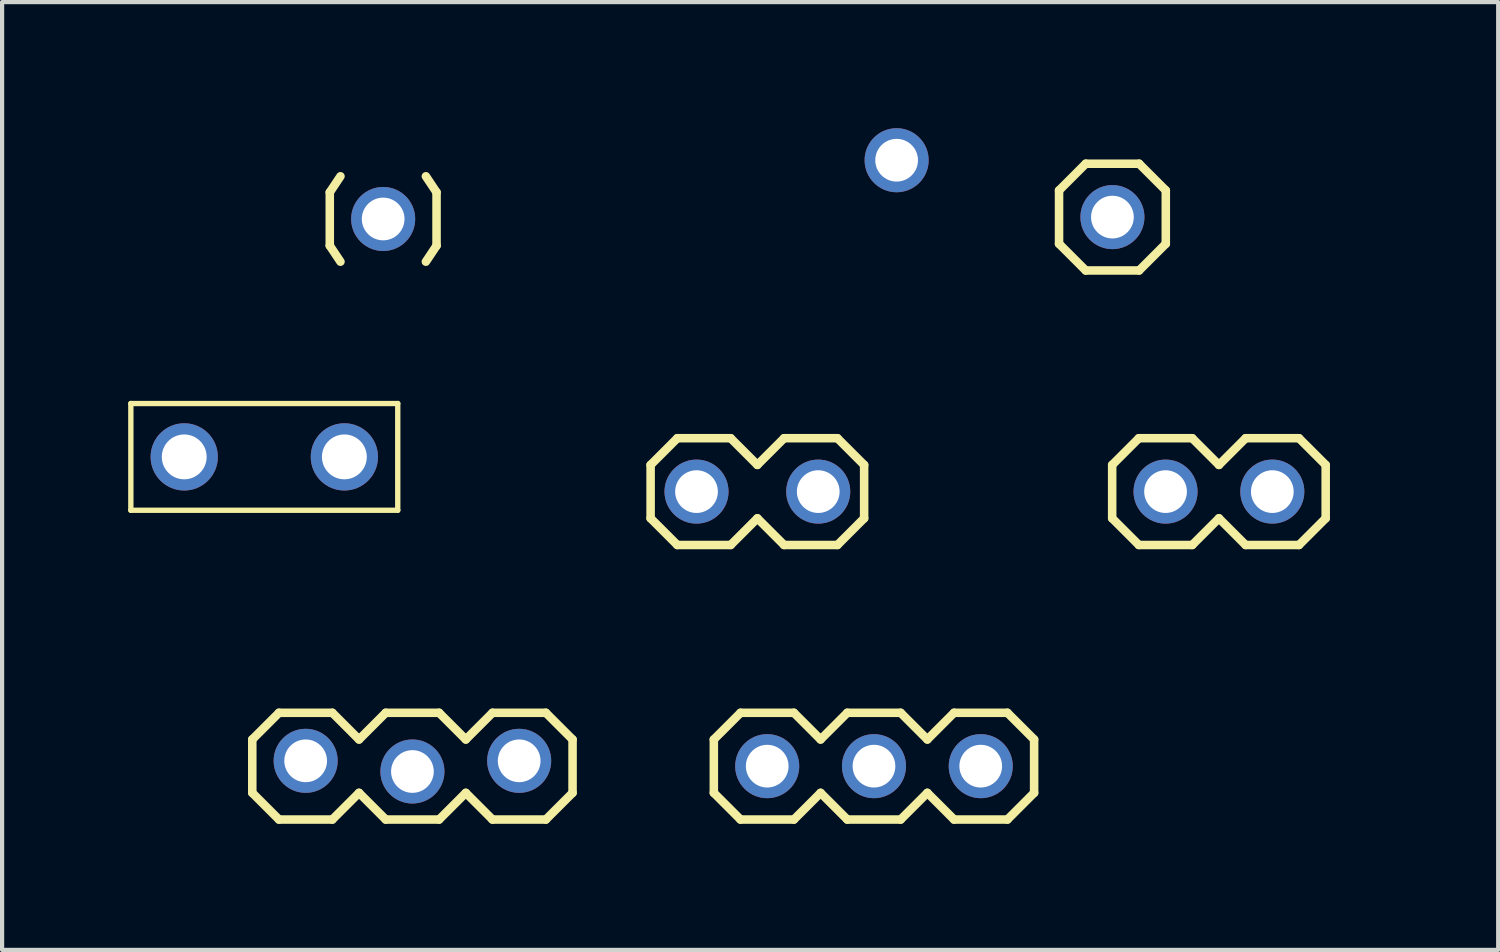
<source format=kicad_pcb>
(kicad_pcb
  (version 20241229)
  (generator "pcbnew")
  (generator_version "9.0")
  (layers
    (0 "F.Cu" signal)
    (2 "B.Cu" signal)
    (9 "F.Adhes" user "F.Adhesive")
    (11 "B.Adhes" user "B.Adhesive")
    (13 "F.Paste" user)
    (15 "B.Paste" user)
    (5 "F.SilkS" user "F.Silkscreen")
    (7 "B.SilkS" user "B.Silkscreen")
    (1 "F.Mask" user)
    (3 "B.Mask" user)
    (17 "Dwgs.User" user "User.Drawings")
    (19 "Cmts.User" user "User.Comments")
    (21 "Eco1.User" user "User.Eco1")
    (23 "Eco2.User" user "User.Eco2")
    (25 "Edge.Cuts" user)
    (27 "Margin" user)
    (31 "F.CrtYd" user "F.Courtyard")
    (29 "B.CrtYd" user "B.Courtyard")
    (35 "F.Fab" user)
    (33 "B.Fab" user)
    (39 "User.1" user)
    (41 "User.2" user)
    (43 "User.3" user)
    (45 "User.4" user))
  (footprint "1X02_BIG"
    (layer "F.Cu")
    (at 1.333 7.82)
    (property "Reference" "1X02_BIG" (at 0 0 0) (layer "Cmts.User") (effects (font (size 0.001 0.001) (thickness 0.000001))))
    (attr through_hole)
    (fp_line (start -1.27 -1.27) (end -1.27 1.27) (stroke (width 0.127) (type solid)) (layer "F.SilkS"))
    (fp_line (start -1.27 1.27) (end 5.08 1.27) (stroke (width 0.127) (type solid)) (layer "F.SilkS"))
    (fp_line (start 5.08 -1.27) (end -1.27 -1.27) (stroke (width 0.127) (type solid)) (layer "F.SilkS"))
    (fp_line (start 5.08 1.27) (end 5.08 -1.27) (stroke (width 0.127) (type solid)) (layer "F.SilkS"))
    (pad "P$1" thru_hole oval (at 0 0) (size 1.6 1.6) (drill 1.067) (layers "*.Cu" "*.Mask"))
    (pad "P$2" thru_hole oval (at 3.81 0) (size 1.6 1.6) (drill 1.067) (layers "*.Cu" "*.Mask")))
  (footprint "1X01NS"
    (layer "F.Cu")
    (at 18.282 0.762)
    (property "Reference" "1X01NS" (at 0 0 0) (layer "Cmts.User") (effects (font (size 0.001 0.001) (thickness 0.000001))))
    (attr through_hole)
    (pad "1" thru_hole oval (at 0 0 90) (size 1.524 1.524) (drill 1.016) (layers "*.Cu" "*.Mask")))
  (footprint "1X01"
    (layer "F.Cu")
    (at 23.416 2.115)
    (property "Reference" "1X01" (at 3.734 -1.194 0) (layer "Eco1.User") (effects (font (size 1.27 1.27) (thickness 0.102))))
    (attr through_hole)
    (fp_line (start -1.27 -0.635) (end -1.27 0.635) (stroke (width 0.203) (type solid)) (layer "F.SilkS"))
    (fp_line (start -1.27 0.635) (end -0.635 1.27) (stroke (width 0.203) (type solid)) (layer "F.SilkS"))
    (fp_line (start -0.635 -1.27) (end -1.27 -0.635) (stroke (width 0.203) (type solid)) (layer "F.SilkS"))
    (fp_line (start -0.635 1.27) (end 0.635 1.27) (stroke (width 0.203) (type solid)) (layer "F.SilkS"))
    (fp_line (start 0.635 -1.27) (end -0.635 -1.27) (stroke (width 0.203) (type solid)) (layer "F.SilkS"))
    (fp_line (start 0.635 1.27) (end 1.27 0.635) (stroke (width 0.203) (type solid)) (layer "F.SilkS"))
    (fp_line (start 1.27 -0.635) (end 0.635 -1.27) (stroke (width 0.203) (type solid)) (layer "F.SilkS"))
    (fp_line (start 1.27 0.635) (end 1.27 -0.635) (stroke (width 0.203) (type solid)) (layer "F.SilkS"))
    (pad "1" thru_hole oval (at 0 0 90) (size 1.524 1.524) (drill 1.016) (layers "*.Cu" "*.Mask")))
  (footprint "1X02"
    (layer "F.Cu")
    (at 24.68 8.646)
    (property "Reference" "1X02" (at 1.194 -1.194 0) (layer "Eco1.User") (effects (font (size 1.27 1.27) (thickness 0.127))))
    (attr through_hole)
    (fp_line (start -1.27 -0.635) (end -1.27 0.635) (stroke (width 0.203) (type solid)) (layer "F.SilkS"))
    (fp_line (start -1.27 0.635) (end -0.635 1.27) (stroke (width 0.203) (type solid)) (layer "F.SilkS"))
    (fp_line (start -0.635 -1.27) (end -1.27 -0.635) (stroke (width 0.203) (type solid)) (layer "F.SilkS"))
    (fp_line (start -0.635 -1.27) (end 0.635 -1.27) (stroke (width 0.203) (type solid)) (layer "F.SilkS"))
    (fp_line (start 0.635 -1.27) (end 1.27 -0.635) (stroke (width 0.203) (type solid)) (layer "F.SilkS"))
    (fp_line (start 0.635 1.27) (end -0.635 1.27) (stroke (width 0.203) (type solid)) (layer "F.SilkS"))
    (fp_line (start 1.27 -0.635) (end 1.905 -1.27) (stroke (width 0.203) (type solid)) (layer "F.SilkS"))
    (fp_line (start 1.27 0.635) (end 0.635 1.27) (stroke (width 0.203) (type solid)) (layer "F.SilkS"))
    (fp_line (start 1.905 -1.27) (end 3.175 -1.27) (stroke (width 0.203) (type solid)) (layer "F.SilkS"))
    (fp_line (start 1.905 1.27) (end 1.27 0.635) (stroke (width 0.203) (type solid)) (layer "F.SilkS"))
    (fp_line (start 3.175 -1.27) (end 3.81 -0.635) (stroke (width 0.203) (type solid)) (layer "F.SilkS"))
    (fp_line (start 3.175 1.27) (end 1.905 1.27) (stroke (width 0.203) (type solid)) (layer "F.SilkS"))
    (fp_line (start 3.81 -0.635) (end 3.81 0.635) (stroke (width 0.203) (type solid)) (layer "F.SilkS"))
    (fp_line (start 3.81 0.635) (end 3.175 1.27) (stroke (width 0.203) (type solid)) (layer "F.SilkS"))
    (pad "1" thru_hole oval (at 0 0 90) (size 1.524 1.524) (drill 1.016) (layers "*.Cu" "*.Mask"))
    (pad "2" thru_hole oval (at 2.54 0 90) (size 1.524 1.524) (drill 1.016) (layers "*.Cu" "*.Mask")))
  (footprint "1X03_LOCK"
    (layer "F.Cu")
    (at 4.222 15.178)
    (property "Reference" "1X03_LOCK" (at 1.194 -1.194 0) (layer "Eco1.User") (effects (font (size 1.27 1.27) (thickness 0.127))))
    (attr through_hole)
    (fp_line (start -1.27 -0.635) (end -1.27 0.635) (stroke (width 0.203) (type solid)) (layer "F.SilkS"))
    (fp_line (start -1.27 0.635) (end -0.635 1.27) (stroke (width 0.203) (type solid)) (layer "F.SilkS"))
    (fp_line (start -0.635 -1.27) (end -1.27 -0.635) (stroke (width 0.203) (type solid)) (layer "F.SilkS"))
    (fp_line (start -0.635 -1.27) (end 0.635 -1.27) (stroke (width 0.203) (type solid)) (layer "F.SilkS"))
    (fp_line (start 0.635 -1.27) (end 1.27 -0.635) (stroke (width 0.203) (type solid)) (layer "F.SilkS"))
    (fp_line (start 0.635 1.27) (end -0.635 1.27) (stroke (width 0.203) (type solid)) (layer "F.SilkS"))
    (fp_line (start 1.27 -0.635) (end 1.905 -1.27) (stroke (width 0.203) (type solid)) (layer "F.SilkS"))
    (fp_line (start 1.27 0.635) (end 0.635 1.27) (stroke (width 0.203) (type solid)) (layer "F.SilkS"))
    (fp_line (start 1.905 -1.27) (end 3.175 -1.27) (stroke (width 0.203) (type solid)) (layer "F.SilkS"))
    (fp_line (start 1.905 1.27) (end 1.27 0.635) (stroke (width 0.203) (type solid)) (layer "F.SilkS"))
    (fp_line (start 3.175 -1.27) (end 3.81 -0.635) (stroke (width 0.203) (type solid)) (layer "F.SilkS"))
    (fp_line (start 3.175 1.27) (end 1.905 1.27) (stroke (width 0.203) (type solid)) (layer "F.SilkS"))
    (fp_line (start 3.81 -0.635) (end 4.445 -1.27) (stroke (width 0.203) (type solid)) (layer "F.SilkS"))
    (fp_line (start 3.81 0.635) (end 3.175 1.27) (stroke (width 0.203) (type solid)) (layer "F.SilkS"))
    (fp_line (start 4.445 -1.27) (end 5.715 -1.27) (stroke (width 0.203) (type solid)) (layer "F.SilkS"))
    (fp_line (start 4.445 1.27) (end 3.81 0.635) (stroke (width 0.203) (type solid)) (layer "F.SilkS"))
    (fp_line (start 5.715 -1.27) (end 6.35 -0.635) (stroke (width 0.203) (type solid)) (layer "F.SilkS"))
    (fp_line (start 5.715 1.27) (end 4.445 1.27) (stroke (width 0.203) (type solid)) (layer "F.SilkS"))
    (fp_line (start 6.35 -0.635) (end 6.35 0.635) (stroke (width 0.203) (type solid)) (layer "F.SilkS"))
    (fp_line (start 6.35 0.635) (end 5.715 1.27) (stroke (width 0.203) (type solid)) (layer "F.SilkS"))
    (pad "1" thru_hole oval (at 0 -0.127 90) (size 1.524 1.524) (drill 1.016) (layers "*.Cu" "*.Mask"))
    (pad "2" thru_hole oval (at 2.54 0.127 90) (size 1.524 1.524) (drill 1.016) (layers "*.Cu" "*.Mask"))
    (pad "3" thru_hole oval (at 5.08 -0.127 90) (size 1.524 1.524) (drill 1.016) (layers "*.Cu" "*.Mask")))
  (footprint "1X02_LOCK"
    (layer "F.Cu")
    (at 13.699 8.646)
    (property "Reference" "1X02_LOCK" (at 1.194 -1.194 0) (layer "Eco1.User") (effects (font (size 1.27 1.27) (thickness 0.127))))
    (attr through_hole)
    (fp_line (start -1.27 -0.635) (end -1.27 0.635) (stroke (width 0.203) (type solid)) (layer "F.SilkS"))
    (fp_line (start -1.27 0.635) (end -0.635 1.27) (stroke (width 0.203) (type solid)) (layer "F.SilkS"))
    (fp_line (start -0.635 -1.27) (end -1.27 -0.635) (stroke (width 0.203) (type solid)) (layer "F.SilkS"))
    (fp_line (start -0.635 -1.27) (end 0.635 -1.27) (stroke (width 0.203) (type solid)) (layer "F.SilkS"))
    (fp_line (start 0.635 -1.27) (end 1.27 -0.635) (stroke (width 0.203) (type solid)) (layer "F.SilkS"))
    (fp_line (start 0.635 1.27) (end -0.635 1.27) (stroke (width 0.203) (type solid)) (layer "F.SilkS"))
    (fp_line (start 1.27 -0.635) (end 1.905 -1.27) (stroke (width 0.203) (type solid)) (layer "F.SilkS"))
    (fp_line (start 1.27 0.635) (end 0.635 1.27) (stroke (width 0.203) (type solid)) (layer "F.SilkS"))
    (fp_line (start 1.905 -1.27) (end 3.175 -1.27) (stroke (width 0.203) (type solid)) (layer "F.SilkS"))
    (fp_line (start 1.905 1.27) (end 1.27 0.635) (stroke (width 0.203) (type solid)) (layer "F.SilkS"))
    (fp_line (start 3.175 -1.27) (end 3.81 -0.635) (stroke (width 0.203) (type solid)) (layer "F.SilkS"))
    (fp_line (start 3.175 1.27) (end 1.905 1.27) (stroke (width 0.203) (type solid)) (layer "F.SilkS"))
    (fp_line (start 3.81 -0.635) (end 3.81 0.635) (stroke (width 0.203) (type solid)) (layer "F.SilkS"))
    (fp_line (start 3.81 0.635) (end 3.175 1.27) (stroke (width 0.203) (type solid)) (layer "F.SilkS"))
    (pad "1" thru_hole oval (at -0.178 0 90) (size 1.524 1.524) (drill 1.016) (layers "*.Cu" "*.Mask"))
    (pad "2" thru_hole oval (at 2.718 0 90) (size 1.524 1.524) (drill 1.016) (layers "*.Cu" "*.Mask")))
  (footprint "1X03"
    (layer "F.Cu")
    (at 15.203 15.178)
    (property "Reference" "1X03" (at 1.194 -1.194 0) (layer "Eco1.User") (effects (font (size 1.27 1.27) (thickness 0.127))))
    (attr through_hole)
    (fp_line (start -1.27 -0.635) (end -1.27 0.635) (stroke (width 0.203) (type solid)) (layer "F.SilkS"))
    (fp_line (start -1.27 0.635) (end -0.635 1.27) (stroke (width 0.203) (type solid)) (layer "F.SilkS"))
    (fp_line (start -0.635 -1.27) (end -1.27 -0.635) (stroke (width 0.203) (type solid)) (layer "F.SilkS"))
    (fp_line (start -0.635 -1.27) (end 0.635 -1.27) (stroke (width 0.203) (type solid)) (layer "F.SilkS"))
    (fp_line (start 0.635 -1.27) (end 1.27 -0.635) (stroke (width 0.203) (type solid)) (layer "F.SilkS"))
    (fp_line (start 0.635 1.27) (end -0.635 1.27) (stroke (width 0.203) (type solid)) (layer "F.SilkS"))
    (fp_line (start 1.27 -0.635) (end 1.905 -1.27) (stroke (width 0.203) (type solid)) (layer "F.SilkS"))
    (fp_line (start 1.27 0.635) (end 0.635 1.27) (stroke (width 0.203) (type solid)) (layer "F.SilkS"))
    (fp_line (start 1.905 -1.27) (end 3.175 -1.27) (stroke (width 0.203) (type solid)) (layer "F.SilkS"))
    (fp_line (start 1.905 1.27) (end 1.27 0.635) (stroke (width 0.203) (type solid)) (layer "F.SilkS"))
    (fp_line (start 3.175 -1.27) (end 3.81 -0.635) (stroke (width 0.203) (type solid)) (layer "F.SilkS"))
    (fp_line (start 3.175 1.27) (end 1.905 1.27) (stroke (width 0.203) (type solid)) (layer "F.SilkS"))
    (fp_line (start 3.81 -0.635) (end 4.445 -1.27) (stroke (width 0.203) (type solid)) (layer "F.SilkS"))
    (fp_line (start 3.81 0.635) (end 3.175 1.27) (stroke (width 0.203) (type solid)) (layer "F.SilkS"))
    (fp_line (start 4.445 -1.27) (end 5.715 -1.27) (stroke (width 0.203) (type solid)) (layer "F.SilkS"))
    (fp_line (start 4.445 1.27) (end 3.81 0.635) (stroke (width 0.203) (type solid)) (layer "F.SilkS"))
    (fp_line (start 5.715 -1.27) (end 6.35 -0.635) (stroke (width 0.203) (type solid)) (layer "F.SilkS"))
    (fp_line (start 5.715 1.27) (end 4.445 1.27) (stroke (width 0.203) (type solid)) (layer "F.SilkS"))
    (fp_line (start 6.35 -0.635) (end 6.35 0.635) (stroke (width 0.203) (type solid)) (layer "F.SilkS"))
    (fp_line (start 6.35 0.635) (end 5.715 1.27) (stroke (width 0.203) (type solid)) (layer "F.SilkS"))
    (pad "1" thru_hole oval (at 0 0 90) (size 1.524 1.524) (drill 1.016) (layers "*.Cu" "*.Mask"))
    (pad "2" thru_hole oval (at 2.54 0 90) (size 1.524 1.524) (drill 1.016) (layers "*.Cu" "*.Mask"))
    (pad "3" thru_hole oval (at 5.08 0 90) (size 1.524 1.524) (drill 1.016) (layers "*.Cu" "*.Mask")))
  (footprint "1X01_LONGPAD"
    (layer "F.Cu")
    (at 6.066 2.16)
    (property "Reference" "1X01_LONGPAD" (at 1.194 -1.194 0) (layer "Eco1.User") (effects (font (size 1.27 1.27) (thickness 0.127))))
    (attr through_hole)
    (fp_line (start -1.27 -0.635) (end -1.27 0.635) (stroke (width 0.203) (type solid)) (layer "F.SilkS"))
    (fp_line (start -1.27 0.635) (end -1.016 1.016) (stroke (width 0.203) (type solid)) (layer "F.SilkS"))
    (fp_line (start -1.016 -1.016) (end -1.27 -0.635) (stroke (width 0.203) (type solid)) (layer "F.SilkS"))
    (fp_line (start 1.016 -1.016) (end 1.27 -0.635) (stroke (width 0.203) (type solid)) (layer "F.SilkS"))
    (fp_line (start 1.27 -0.635) (end 1.27 0.635) (stroke (width 0.203) (type solid)) (layer "F.SilkS"))
    (fp_line (start 1.27 0.635) (end 1.016 1.016) (stroke (width 0.203) (type solid)) (layer "F.SilkS"))
    (pad "1" thru_hole oval (at 0 0 90) (size 1.524 1.524) (drill 1.016) (layers "*.Cu" "*.Mask")))
  (gr_rect
    (start -3 -3)
    (end 32.594 19.549)
    (stroke (width 0.1) (type default))
    (fill no)
    (layer "Edge.Cuts")))
</source>
